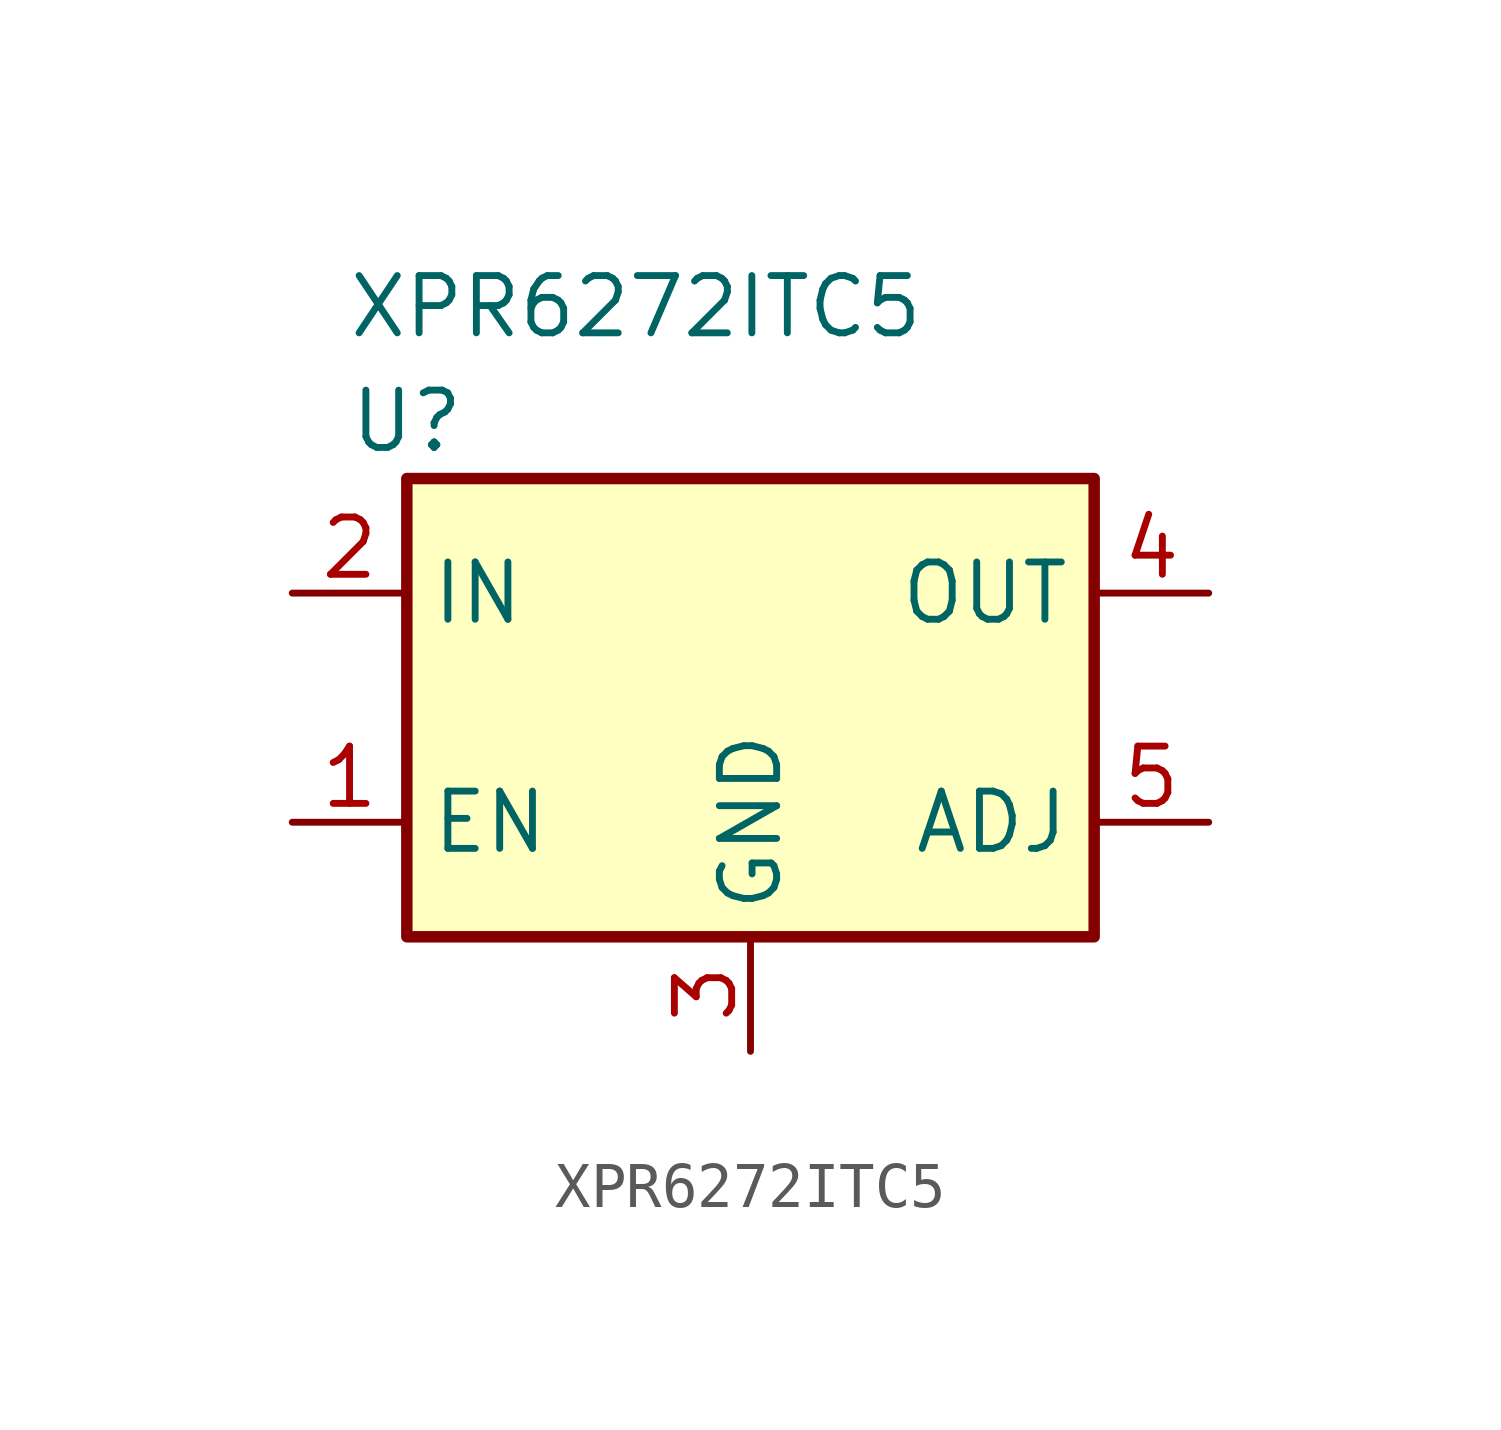
<source format=kicad_sym>
(kicad_symbol_lib
  (version 20211014)
  (generator kicad_symbol_editor)
  (symbol "XPR6272ITC5"
    (property "Reference" "U"
      (at 2.54 3.81 0)
      (effects (font (size 1.27 1.27))))
    (property "Value" "XPR6272ITC5"
      (at 7.62 6.35 0)
      (effects (font (size 1.27 1.27))))
    (symbol "XPR6272ITC5_1_1"
      (rectangle (start 2.54 2.54) (end 17.78 -7.62) (stroke (width 0.254) (type default) (color 0 0 0 0)) (fill (type background)))
      (pin input line (at 0 -5.08 0) (length 2.54) (name "EN" (effects (font (size 1.27 1.27)))) (number "1" (effects (font (size 1.27 1.27)))))
      (pin power_in line (at 0 0 0) (length 2.54) (name "IN" (effects (font (size 1.27 1.27)))) (number "2" (effects (font (size 1.27 1.27)))))
      (pin power_in line (at 10.16 -10.16 90) (length 2.54) (name "GND" (effects (font (size 1.27 1.27)))) (number "3" (effects (font (size 1.27 1.27)))))
      (pin power_out line (at 20.32 0 180) (length 2.54) (name "OUT" (effects (font (size 1.27 1.27)))) (number "4" (effects (font (size 1.27 1.27)))))
      (pin passive line (at 20.32 -5.08 180) (length 2.54) (name "ADJ" (effects (font (size 1.27 1.27)))) (number "5" (effects (font (size 1.27 1.27))))))))
</source>
